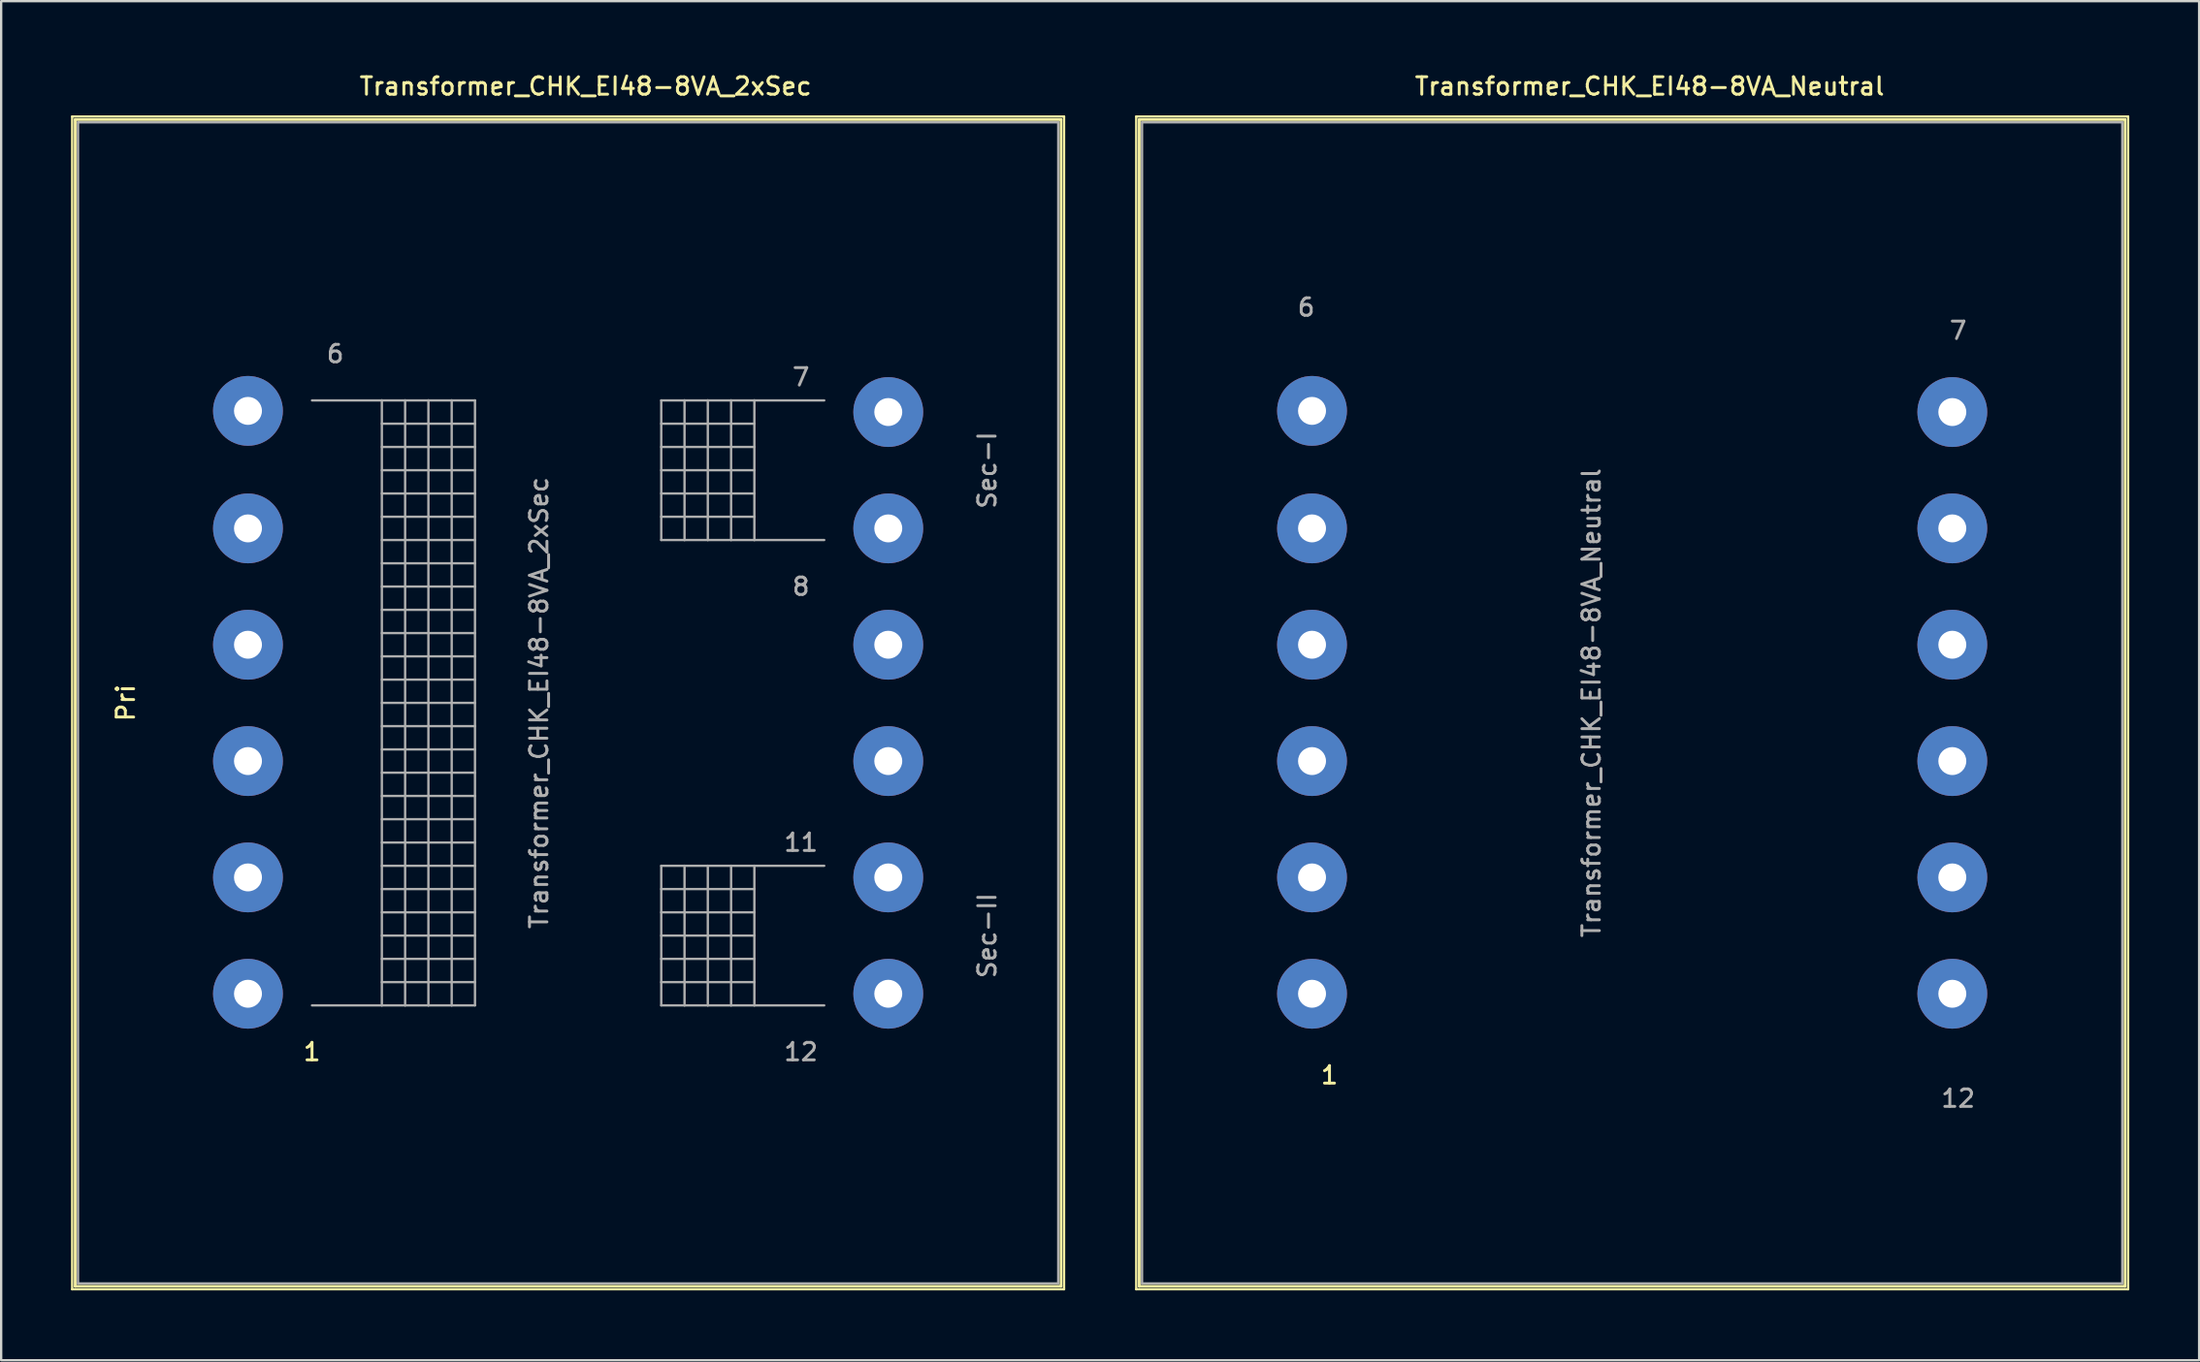
<source format=kicad_pcb>
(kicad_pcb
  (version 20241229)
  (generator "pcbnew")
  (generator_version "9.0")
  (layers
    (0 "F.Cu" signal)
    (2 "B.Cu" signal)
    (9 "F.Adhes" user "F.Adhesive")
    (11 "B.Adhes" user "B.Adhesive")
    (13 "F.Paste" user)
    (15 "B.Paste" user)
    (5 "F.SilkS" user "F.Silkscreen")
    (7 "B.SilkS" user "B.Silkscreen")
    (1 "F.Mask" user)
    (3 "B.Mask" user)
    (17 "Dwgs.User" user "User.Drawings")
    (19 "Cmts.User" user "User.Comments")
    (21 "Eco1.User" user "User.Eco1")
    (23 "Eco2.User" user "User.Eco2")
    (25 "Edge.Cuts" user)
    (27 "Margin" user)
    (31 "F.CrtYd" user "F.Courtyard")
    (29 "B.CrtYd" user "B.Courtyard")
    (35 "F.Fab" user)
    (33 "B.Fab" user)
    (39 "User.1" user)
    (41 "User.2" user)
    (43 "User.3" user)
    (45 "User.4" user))
  (footprint "Transformer_CHK_EI48-8VA_Neutral"
    (layer "F.Cu")
    (at 53.3 39.658)
    (property "Reference" "Transformer_CHK_EI48-8VA_Neutral" (at 14.5 -39 0) (layer "F.SilkS") (effects (font (size 0.75 0.75) (thickness 0.125))))
    (attr through_hole)
    (fp_line (start -7.55 -37.7) (end -7.55 12.7) (stroke (width 0.1) (type solid)) (layer "F.SilkS"))
    (fp_line (start -7.55 -37.7) (end 35.05 -37.7) (stroke (width 0.1) (type solid)) (layer "F.SilkS"))
    (fp_line (start -7.42 -37.57) (end -7.42 12.57) (stroke (width 0.12) (type solid)) (layer "F.SilkS"))
    (fp_line (start -7.42 -37.57) (end 34.92 -37.57) (stroke (width 0.12) (type solid)) (layer "F.SilkS"))
    (fp_line (start 34.92 12.57) (end -7.42 12.57) (stroke (width 0.12) (type solid)) (layer "F.SilkS"))
    (fp_line (start 34.92 12.57) (end 34.92 -37.57) (stroke (width 0.12) (type solid)) (layer "F.SilkS"))
    (fp_line (start 35.05 12.7) (end -7.55 12.7) (stroke (width 0.1) (type solid)) (layer "F.SilkS"))
    (fp_line (start 35.05 12.7) (end 35.05 -37.7) (stroke (width 0.1) (type solid)) (layer "F.SilkS"))
    (fp_line (start -7.3 -37.45) (end 34.8 -37.45) (stroke (width 0.1) (type solid)) (layer "F.Fab"))
    (fp_line (start -7.3 12.45) (end -7.3 -37.45) (stroke (width 0.1) (type solid)) (layer "F.Fab"))
    (fp_line (start 34.8 -37.45) (end 34.8 12.45) (stroke (width 0.1) (type solid)) (layer "F.Fab"))
    (fp_line (start 34.8 12.45) (end -7.3 12.45) (stroke (width 0.1) (type solid)) (layer "F.Fab"))
    (fp_text user "1" (at 0.75 3.5 0) (layer "F.SilkS") (effects (font (size 0.75 0.75) (thickness 0.125))))
    (fp_text user "6" (at -0.25 -29.5 0) (layer "F.Fab") (effects (font (size 0.75 0.75) (thickness 0.125))))
    (fp_text user "${REFERENCE}" (at 12 -12.5 90) (layer "F.Fab") (effects (font (size 0.75 0.75) (thickness 0.125))))
    (fp_text user "7" (at 27.75 -28.5 0) (layer "F.Fab") (effects (font (size 0.75 0.75) (thickness 0.125))))
    (fp_text user "12" (at 27.75 4.5 0) (layer "F.Fab") (effects (font (size 0.75 0.75) (thickness 0.125))))
    (pad "1" thru_hole circle (at 0 0) (size 3 3) (drill 1.2) (layers "*.Cu" "*.Mask"))
    (pad "2" thru_hole circle (at 0 -5) (size 3 3) (drill 1.2) (layers "*.Cu" "*.Mask"))
    (pad "3" thru_hole circle (at 0 -10) (size 3 3) (drill 1.2) (layers "*.Cu" "*.Mask"))
    (pad "4" thru_hole circle (at 0 -15) (size 3 3) (drill 1.2) (layers "*.Cu" "*.Mask"))
    (pad "5" thru_hole circle (at 0 -20) (size 3 3) (drill 1.2) (layers "*.Cu" "*.Mask"))
    (pad "6" thru_hole circle (at 0 -25.05) (size 3 3) (drill 1.2) (layers "*.Cu" "*.Mask"))
    (pad "7" thru_hole circle (at 27.5 -25) (size 3 3) (drill 1.2) (layers "*.Cu" "*.Mask"))
    (pad "8" thru_hole circle (at 27.5 -20) (size 3 3) (drill 1.2) (layers "*.Cu" "*.Mask"))
    (pad "9" thru_hole circle (at 27.5 -15) (size 3 3) (drill 1.2) (layers "*.Cu" "*.Mask"))
    (pad "10" thru_hole circle (at 27.5 -10) (size 3 3) (drill 1.2) (layers "*.Cu" "*.Mask"))
    (pad "11" thru_hole circle (at 27.5 -5) (size 3 3) (drill 1.2) (layers "*.Cu" "*.Mask"))
    (pad "12" thru_hole circle (at 27.5 0) (size 3 3) (drill 1.2) (layers "*.Cu" "*.Mask")))
  (footprint "Transformer_CHK_EI48-8VA_2xSec"
    (layer "F.Cu")
    (at 7.6 39.658)
    (property "Reference" "Transformer_CHK_EI48-8VA_2xSec" (at 14.5 -39 0) (layer "F.SilkS") (effects (font (size 0.75 0.75) (thickness 0.125))))
    (attr through_hole)
    (fp_line (start -7.55 -37.7) (end -7.55 12.7) (stroke (width 0.1) (type solid)) (layer "F.SilkS"))
    (fp_line (start -7.55 -37.7) (end 35.05 -37.7) (stroke (width 0.1) (type solid)) (layer "F.SilkS"))
    (fp_line (start -7.42 -37.57) (end -7.42 12.57) (stroke (width 0.12) (type solid)) (layer "F.SilkS"))
    (fp_line (start -7.42 -37.57) (end 34.92 -37.57) (stroke (width 0.12) (type solid)) (layer "F.SilkS"))
    (fp_line (start 34.92 12.57) (end -7.42 12.57) (stroke (width 0.12) (type solid)) (layer "F.SilkS"))
    (fp_line (start 34.92 12.57) (end 34.92 -37.57) (stroke (width 0.12) (type solid)) (layer "F.SilkS"))
    (fp_line (start 35.05 12.7) (end -7.55 12.7) (stroke (width 0.1) (type solid)) (layer "F.SilkS"))
    (fp_line (start 35.05 12.7) (end 35.05 -37.7) (stroke (width 0.1) (type solid)) (layer "F.SilkS"))
    (fp_line (start -7.3 -37.45) (end 34.8 -37.45) (stroke (width 0.1) (type solid)) (layer "F.Fab"))
    (fp_line (start -7.3 12.45) (end -7.3 -37.45) (stroke (width 0.1) (type solid)) (layer "F.Fab"))
    (fp_line (start 2.75 -25.5) (end 5.75 -25.5) (stroke (width 0.1) (type solid)) (layer "F.Fab"))
    (fp_line (start 5.75 -25.5) (end 5.75 0.5) (stroke (width 0.1) (type solid)) (layer "F.Fab"))
    (fp_line (start 5.75 -25.5) (end 6.75 -25.5) (stroke (width 0.1) (type solid)) (layer "F.Fab"))
    (fp_line (start 5.75 -24.5) (end 9.75 -24.5) (stroke (width 0.1) (type solid)) (layer "F.Fab"))
    (fp_line (start 5.75 -23.5) (end 9.75 -23.5) (stroke (width 0.1) (type solid)) (layer "F.Fab"))
    (fp_line (start 5.75 -22.5) (end 9.75 -22.5) (stroke (width 0.1) (type solid)) (layer "F.Fab"))
    (fp_line (start 5.75 -21.5) (end 9.75 -21.5) (stroke (width 0.1) (type solid)) (layer "F.Fab"))
    (fp_line (start 5.75 -20.5) (end 9.75 -20.5) (stroke (width 0.1) (type solid)) (layer "F.Fab"))
    (fp_line (start 5.75 -19.5) (end 9.75 -19.5) (stroke (width 0.1) (type solid)) (layer "F.Fab"))
    (fp_line (start 5.75 -18.5) (end 9.75 -18.5) (stroke (width 0.1) (type solid)) (layer "F.Fab"))
    (fp_line (start 5.75 -17.5) (end 9.75 -17.5) (stroke (width 0.1) (type solid)) (layer "F.Fab"))
    (fp_line (start 5.75 -16.5) (end 9.75 -16.5) (stroke (width 0.1) (type solid)) (layer "F.Fab"))
    (fp_line (start 5.75 -15.5) (end 9.75 -15.5) (stroke (width 0.1) (type solid)) (layer "F.Fab"))
    (fp_line (start 5.75 -13.5) (end 9.75 -13.5) (stroke (width 0.1) (type solid)) (layer "F.Fab"))
    (fp_line (start 5.75 -12.5) (end 9.75 -12.5) (stroke (width 0.1) (type solid)) (layer "F.Fab"))
    (fp_line (start 5.75 -10.5) (end 9.75 -10.5) (stroke (width 0.1) (type solid)) (layer "F.Fab"))
    (fp_line (start 5.75 -8.5) (end 9.75 -8.5) (stroke (width 0.1) (type solid)) (layer "F.Fab"))
    (fp_line (start 5.75 -6.5) (end 9.75 -6.5) (stroke (width 0.1) (type solid)) (layer "F.Fab"))
    (fp_line (start 5.75 -4.5) (end 9.75 -4.5) (stroke (width 0.1) (type solid)) (layer "F.Fab"))
    (fp_line (start 5.75 -2.5) (end 9.75 -2.5) (stroke (width 0.1) (type solid)) (layer "F.Fab"))
    (fp_line (start 5.75 -0.5) (end 9.75 -0.5) (stroke (width 0.1) (type solid)) (layer "F.Fab"))
    (fp_line (start 5.75 0.5) (end 2.75 0.5) (stroke (width 0.1) (type solid)) (layer "F.Fab"))
    (fp_line (start 6.75 -25.5) (end 6.75 0.5) (stroke (width 0.1) (type solid)) (layer "F.Fab"))
    (fp_line (start 6.75 -25.5) (end 7.75 -25.5) (stroke (width 0.1) (type solid)) (layer "F.Fab"))
    (fp_line (start 6.75 0.5) (end 5.75 0.5) (stroke (width 0.1) (type solid)) (layer "F.Fab"))
    (fp_line (start 7.75 -25.5) (end 7.75 0.5) (stroke (width 0.1) (type solid)) (layer "F.Fab"))
    (fp_line (start 7.75 -25.5) (end 8.75 -25.5) (stroke (width 0.1) (type solid)) (layer "F.Fab"))
    (fp_line (start 7.75 0.5) (end 6.75 0.5) (stroke (width 0.1) (type solid)) (layer "F.Fab"))
    (fp_line (start 8.75 -25.5) (end 8.75 0.5) (stroke (width 0.1) (type solid)) (layer "F.Fab"))
    (fp_line (start 8.75 -25.5) (end 9.75 -25.5) (stroke (width 0.1) (type solid)) (layer "F.Fab"))
    (fp_line (start 8.75 0.5) (end 7.75 0.5) (stroke (width 0.1) (type solid)) (layer "F.Fab"))
    (fp_line (start 9.75 -25.5) (end 9.75 0.5) (stroke (width 0.1) (type solid)) (layer "F.Fab"))
    (fp_line (start 9.75 -14.5) (end 5.75 -14.5) (stroke (width 0.1) (type solid)) (layer "F.Fab"))
    (fp_line (start 9.75 -11.5) (end 5.75 -11.5) (stroke (width 0.1) (type solid)) (layer "F.Fab"))
    (fp_line (start 9.75 -9.5) (end 5.75 -9.5) (stroke (width 0.1) (type solid)) (layer "F.Fab"))
    (fp_line (start 9.75 -7.5) (end 5.75 -7.5) (stroke (width 0.1) (type solid)) (layer "F.Fab"))
    (fp_line (start 9.75 -5.5) (end 5.75 -5.5) (stroke (width 0.1) (type solid)) (layer "F.Fab"))
    (fp_line (start 9.75 -3.5) (end 5.75 -3.5) (stroke (width 0.1) (type solid)) (layer "F.Fab"))
    (fp_line (start 9.75 -1.5) (end 5.75 -1.5) (stroke (width 0.1) (type solid)) (layer "F.Fab"))
    (fp_line (start 9.75 0.5) (end 8.75 0.5) (stroke (width 0.1) (type solid)) (layer "F.Fab"))
    (fp_line (start 17.75 -25.5) (end 17.75 -19.5) (stroke (width 0.1) (type solid)) (layer "F.Fab"))
    (fp_line (start 17.75 -24.5) (end 21.75 -24.5) (stroke (width 0.1) (type solid)) (layer "F.Fab"))
    (fp_line (start 17.75 -23.5) (end 21.75 -23.5) (stroke (width 0.1) (type solid)) (layer "F.Fab"))
    (fp_line (start 17.75 -22.5) (end 21.75 -22.5) (stroke (width 0.1) (type solid)) (layer "F.Fab"))
    (fp_line (start 17.75 -21.5) (end 21.75 -21.5) (stroke (width 0.1) (type solid)) (layer "F.Fab"))
    (fp_line (start 17.75 -20.5) (end 21.75 -20.5) (stroke (width 0.1) (type solid)) (layer "F.Fab"))
    (fp_line (start 17.75 -19.5) (end 18.75 -19.5) (stroke (width 0.1) (type solid)) (layer "F.Fab"))
    (fp_line (start 17.75 -5.5) (end 17.75 0.5) (stroke (width 0.1) (type solid)) (layer "F.Fab"))
    (fp_line (start 17.75 -4.5) (end 21.75 -4.5) (stroke (width 0.1) (type solid)) (layer "F.Fab"))
    (fp_line (start 17.75 -3.5) (end 21.75 -3.5) (stroke (width 0.1) (type solid)) (layer "F.Fab"))
    (fp_line (start 17.75 -2.5) (end 21.75 -2.5) (stroke (width 0.1) (type solid)) (layer "F.Fab"))
    (fp_line (start 17.75 -1.5) (end 21.75 -1.5) (stroke (width 0.1) (type solid)) (layer "F.Fab"))
    (fp_line (start 17.75 -0.5) (end 21.75 -0.5) (stroke (width 0.1) (type solid)) (layer "F.Fab"))
    (fp_line (start 17.75 0.5) (end 18.75 0.5) (stroke (width 0.1) (type solid)) (layer "F.Fab"))
    (fp_line (start 18.75 -25.5) (end 17.75 -25.5) (stroke (width 0.1) (type solid)) (layer "F.Fab"))
    (fp_line (start 18.75 -25.5) (end 18.75 -19.5) (stroke (width 0.1) (type solid)) (layer "F.Fab"))
    (fp_line (start 18.75 -19.5) (end 19.75 -19.5) (stroke (width 0.1) (type solid)) (layer "F.Fab"))
    (fp_line (start 18.75 -5.5) (end 17.75 -5.5) (stroke (width 0.1) (type solid)) (layer "F.Fab"))
    (fp_line (start 18.75 -5.5) (end 18.75 0.5) (stroke (width 0.1) (type solid)) (layer "F.Fab"))
    (fp_line (start 18.75 0.5) (end 19.75 0.5) (stroke (width 0.1) (type solid)) (layer "F.Fab"))
    (fp_line (start 19.75 -25.5) (end 18.75 -25.5) (stroke (width 0.1) (type solid)) (layer "F.Fab"))
    (fp_line (start 19.75 -25.5) (end 19.75 -19.5) (stroke (width 0.1) (type solid)) (layer "F.Fab"))
    (fp_line (start 19.75 -19.5) (end 20.75 -19.5) (stroke (width 0.1) (type solid)) (layer "F.Fab"))
    (fp_line (start 19.75 -5.5) (end 18.75 -5.5) (stroke (width 0.1) (type solid)) (layer "F.Fab"))
    (fp_line (start 19.75 -5.5) (end 19.75 0.5) (stroke (width 0.1) (type solid)) (layer "F.Fab"))
    (fp_line (start 19.75 0.5) (end 20.75 0.5) (stroke (width 0.1) (type solid)) (layer "F.Fab"))
    (fp_line (start 20.75 -25.5) (end 19.75 -25.5) (stroke (width 0.1) (type solid)) (layer "F.Fab"))
    (fp_line (start 20.75 -25.5) (end 20.75 -19.5) (stroke (width 0.1) (type solid)) (layer "F.Fab"))
    (fp_line (start 20.75 -19.5) (end 21.75 -19.5) (stroke (width 0.1) (type solid)) (layer "F.Fab"))
    (fp_line (start 20.75 -5.5) (end 19.75 -5.5) (stroke (width 0.1) (type solid)) (layer "F.Fab"))
    (fp_line (start 20.75 -5.5) (end 20.75 0.5) (stroke (width 0.1) (type solid)) (layer "F.Fab"))
    (fp_line (start 20.75 0.5) (end 21.75 0.5) (stroke (width 0.1) (type solid)) (layer "F.Fab"))
    (fp_line (start 21.75 -25.5) (end 20.75 -25.5) (stroke (width 0.1) (type solid)) (layer "F.Fab"))
    (fp_line (start 21.75 -25.5) (end 21.75 -19.5) (stroke (width 0.1) (type solid)) (layer "F.Fab"))
    (fp_line (start 21.75 -19.5) (end 24.75 -19.5) (stroke (width 0.1) (type solid)) (layer "F.Fab"))
    (fp_line (start 21.75 -5.5) (end 20.75 -5.5) (stroke (width 0.1) (type solid)) (layer "F.Fab"))
    (fp_line (start 21.75 -5.5) (end 21.75 0.5) (stroke (width 0.1) (type solid)) (layer "F.Fab"))
    (fp_line (start 21.75 0.5) (end 24.75 0.5) (stroke (width 0.1) (type solid)) (layer "F.Fab"))
    (fp_line (start 24.75 -25.5) (end 21.75 -25.5) (stroke (width 0.1) (type solid)) (layer "F.Fab"))
    (fp_line (start 24.75 -5.5) (end 21.75 -5.5) (stroke (width 0.1) (type solid)) (layer "F.Fab"))
    (fp_line (start 34.8 -37.45) (end 34.8 12.45) (stroke (width 0.1) (type solid)) (layer "F.Fab"))
    (fp_line (start 34.8 12.45) (end -7.3 12.45) (stroke (width 0.1) (type solid)) (layer "F.Fab"))
    (fp_text user "1" (at 2.75 2.5 0) (layer "F.SilkS") (effects (font (size 0.75 0.75) (thickness 0.125))))
    (fp_text user "Pri" (at -5.25 -12.5 90) (layer "F.SilkS") (effects (font (size 0.75 0.75) (thickness 0.125))))
    (fp_text user "8" (at 23.75 -17.5 0) (layer "F.Fab") (effects (font (size 0.75 0.75) (thickness 0.125))))
    (fp_text user "7" (at 23.75 -26.5 0) (layer "F.Fab") (effects (font (size 0.75 0.75) (thickness 0.125))))
    (fp_text user "11" (at 23.75 -6.5 0) (layer "F.Fab") (effects (font (size 0.75 0.75) (thickness 0.125))))
    (fp_text user "6" (at 3.75 -27.5 0) (layer "F.Fab") (effects (font (size 0.75 0.75) (thickness 0.125))))
    (fp_text user "Sec-II" (at 31.75 -2.5 90) (layer "F.Fab") (effects (font (size 0.75 0.75) (thickness 0.125))))
    (fp_text user "12" (at 23.75 2.5 0) (layer "F.Fab") (effects (font (size 0.75 0.75) (thickness 0.125))))
    (fp_text user "Sec-I" (at 31.75 -22.5 90) (layer "F.Fab") (effects (font (size 0.75 0.75) (thickness 0.125))))
    (fp_text user "${REFERENCE}" (at 12.5 -12.5 90) (layer "F.Fab") (effects (font (size 0.75 0.75) (thickness 0.125))))
    (pad "1" thru_hole circle (at 0 0) (size 3 3) (drill 1.2) (layers "*.Cu" "*.Mask"))
    (pad "2" thru_hole circle (at 0 -5) (size 3 3) (drill 1.2) (layers "*.Cu" "*.Mask"))
    (pad "3" thru_hole circle (at 0 -10) (size 3 3) (drill 1.2) (layers "*.Cu" "*.Mask"))
    (pad "4" thru_hole circle (at 0 -15) (size 3 3) (drill 1.2) (layers "*.Cu" "*.Mask"))
    (pad "5" thru_hole circle (at 0 -20) (size 3 3) (drill 1.2) (layers "*.Cu" "*.Mask"))
    (pad "6" thru_hole circle (at 0 -25.05) (size 3 3) (drill 1.2) (layers "*.Cu" "*.Mask"))
    (pad "7" thru_hole circle (at 27.5 -25) (size 3 3) (drill 1.2) (layers "*.Cu" "*.Mask"))
    (pad "8" thru_hole circle (at 27.5 -20) (size 3 3) (drill 1.2) (layers "*.Cu" "*.Mask"))
    (pad "9" thru_hole circle (at 27.5 -15) (size 3 3) (drill 1.2) (layers "*.Cu" "*.Mask"))
    (pad "10" thru_hole circle (at 27.5 -10) (size 3 3) (drill 1.2) (layers "*.Cu" "*.Mask"))
    (pad "11" thru_hole circle (at 27.5 -5) (size 3 3) (drill 1.2) (layers "*.Cu" "*.Mask"))
    (pad "12" thru_hole circle (at 27.5 0) (size 3 3) (drill 1.2) (layers "*.Cu" "*.Mask")))
  (gr_rect
    (start -3 -3)
    (end 91.4 55.408)
    (stroke (width 0.1) (type default))
    (fill no)
    (layer "Edge.Cuts")))
</source>
